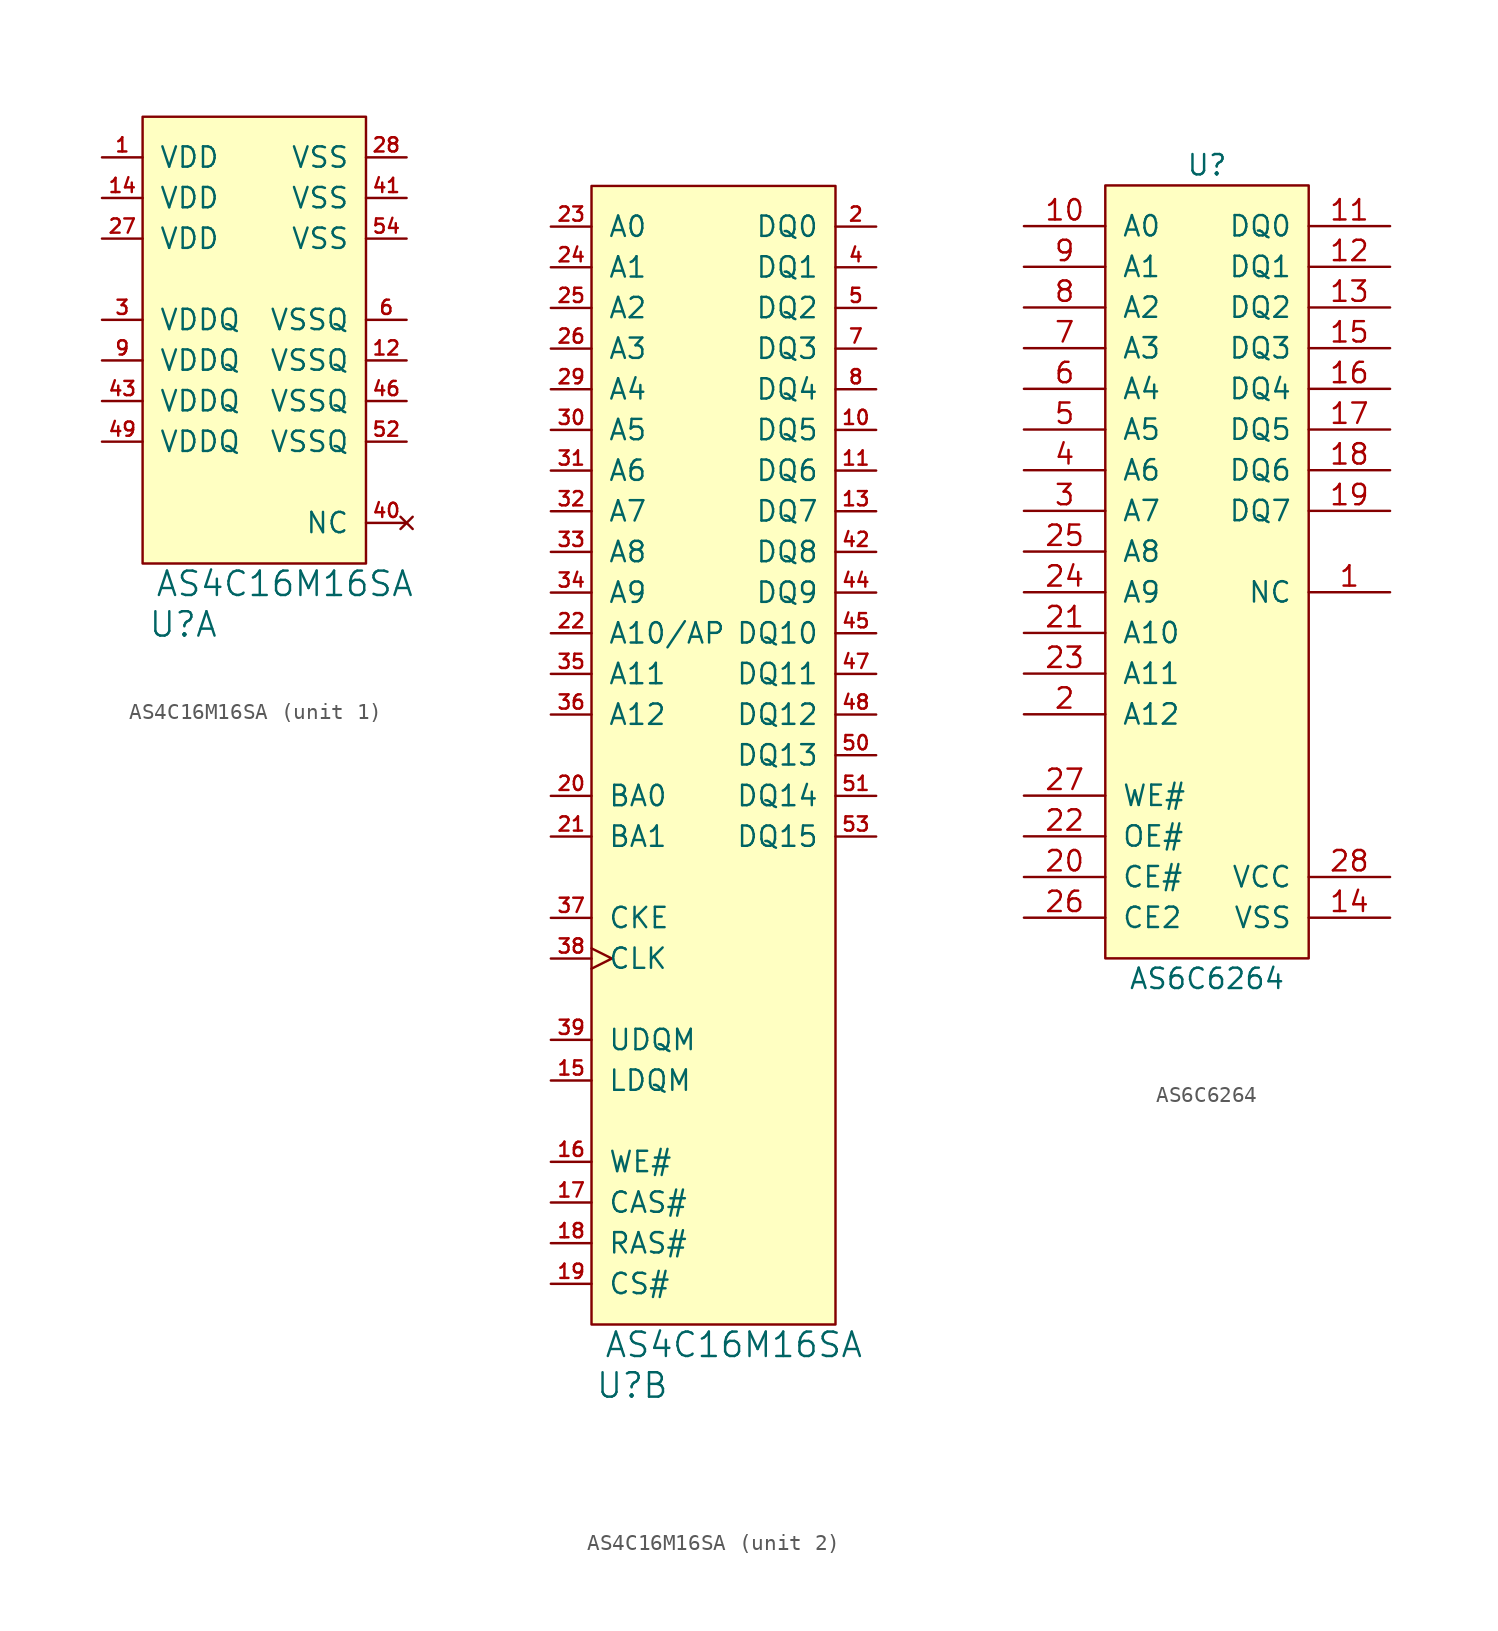
<source format=kicad_sym>
(kicad_symbol_lib
  (version 20211014)
  (generator kicad_symbol_editor)
  (symbol "AS4C16M16SA"
    (pin_names
      (offset 1.016))
    (property "Reference" "U"
      (at 2.54 -3.81 0)
      (effects (font (size 1.524 1.524))))
    (property "Value" "AS4C16M16SA"
      (at 8.89 -1.27 0)
      (effects (font (size 1.524 1.524))))
    (symbol "AS4C16M16SA_1_1"
      (rectangle (start 0 27.94) (end 13.97 0) (stroke (width 0) (type default) (color 0 0 0 0)) (fill (type background)))
      (pin power_in line (at -2.54 25.4 0) (length 2.54) (name "VDD" (effects (font (size 1.27 1.27)))) (number "1" (effects (font (size 0.889 0.889)))))
      (pin power_in line (at 16.51 12.7 180) (length 2.54) (name "VSSQ" (effects (font (size 1.27 1.27)))) (number "12" (effects (font (size 0.889 0.889)))))
      (pin power_in line (at -2.54 22.86 0) (length 2.54) (name "VDD" (effects (font (size 1.27 1.27)))) (number "14" (effects (font (size 0.889 0.889)))))
      (pin power_in line (at -2.54 20.32 0) (length 2.54) (name "VDD" (effects (font (size 1.27 1.27)))) (number "27" (effects (font (size 0.889 0.889)))))
      (pin power_in line (at 16.51 25.4 180) (length 2.54) (name "VSS" (effects (font (size 1.27 1.27)))) (number "28" (effects (font (size 0.889 0.889)))))
      (pin power_in line (at -2.54 15.24 0) (length 2.54) (name "VDDQ" (effects (font (size 1.27 1.27)))) (number "3" (effects (font (size 0.889 0.889)))))
      (pin no_connect line (at 16.51 2.54 180) (length 2.54) (name "NC" (effects (font (size 1.27 1.27)))) (number "40" (effects (font (size 0.889 0.889)))))
      (pin power_in line (at 16.51 22.86 180) (length 2.54) (name "VSS" (effects (font (size 1.27 1.27)))) (number "41" (effects (font (size 0.889 0.889)))))
      (pin power_in line (at -2.54 10.16 0) (length 2.54) (name "VDDQ" (effects (font (size 1.27 1.27)))) (number "43" (effects (font (size 0.889 0.889)))))
      (pin power_in line (at 16.51 10.16 180) (length 2.54) (name "VSSQ" (effects (font (size 1.27 1.27)))) (number "46" (effects (font (size 0.889 0.889)))))
      (pin power_in line (at -2.54 7.62 0) (length 2.54) (name "VDDQ" (effects (font (size 1.27 1.27)))) (number "49" (effects (font (size 0.889 0.889)))))
      (pin power_in line (at 16.51 7.62 180) (length 2.54) (name "VSSQ" (effects (font (size 1.27 1.27)))) (number "52" (effects (font (size 0.889 0.889)))))
      (pin power_in line (at 16.51 20.32 180) (length 2.54) (name "VSS" (effects (font (size 1.27 1.27)))) (number "54" (effects (font (size 0.889 0.889)))))
      (pin power_in line (at 16.51 15.24 180) (length 2.54) (name "VSSQ" (effects (font (size 1.27 1.27)))) (number "6" (effects (font (size 0.889 0.889)))))
      (pin power_in line (at -2.54 12.7 0) (length 2.54) (name "VDDQ" (effects (font (size 1.27 1.27)))) (number "9" (effects (font (size 0.889 0.889))))))
    (symbol "AS4C16M16SA_2_1"
      (rectangle (start 0 71.12) (end 15.24 0) (stroke (width 0) (type default) (color 0 0 0 0)) (fill (type background)))
      (pin bidirectional line (at 17.78 55.88 180) (length 2.54) (name "DQ5" (effects (font (size 1.27 1.27)))) (number "10" (effects (font (size 0.889 0.889)))))
      (pin bidirectional line (at 17.78 53.34 180) (length 2.54) (name "DQ6" (effects (font (size 1.27 1.27)))) (number "11" (effects (font (size 0.889 0.889)))))
      (pin bidirectional line (at 17.78 50.8 180) (length 2.54) (name "DQ7" (effects (font (size 1.27 1.27)))) (number "13" (effects (font (size 0.889 0.889)))))
      (pin input line (at -2.54 15.24 0) (length 2.54) (name "LDQM" (effects (font (size 1.27 1.27)))) (number "15" (effects (font (size 0.889 0.889)))))
      (pin input line (at -2.54 10.16 0) (length 2.54) (name "WE#" (effects (font (size 1.27 1.27)))) (number "16" (effects (font (size 0.889 0.889)))))
      (pin input line (at -2.54 7.62 0) (length 2.54) (name "CAS#" (effects (font (size 1.27 1.27)))) (number "17" (effects (font (size 0.889 0.889)))))
      (pin input line (at -2.54 5.08 0) (length 2.54) (name "RAS#" (effects (font (size 1.27 1.27)))) (number "18" (effects (font (size 0.889 0.889)))))
      (pin input line (at -2.54 2.54 0) (length 2.54) (name "CS#" (effects (font (size 1.27 1.27)))) (number "19" (effects (font (size 0.889 0.889)))))
      (pin bidirectional line (at 17.78 68.58 180) (length 2.54) (name "DQ0" (effects (font (size 1.27 1.27)))) (number "2" (effects (font (size 0.889 0.889)))))
      (pin input line (at -2.54 33.02 0) (length 2.54) (name "BA0" (effects (font (size 1.27 1.27)))) (number "20" (effects (font (size 0.889 0.889)))))
      (pin input line (at -2.54 30.48 0) (length 2.54) (name "BA1" (effects (font (size 1.27 1.27)))) (number "21" (effects (font (size 0.889 0.889)))))
      (pin input line (at -2.54 43.18 0) (length 2.54) (name "A10/AP" (effects (font (size 1.27 1.27)))) (number "22" (effects (font (size 0.889 0.889)))))
      (pin input line (at -2.54 68.58 0) (length 2.54) (name "A0" (effects (font (size 1.27 1.27)))) (number "23" (effects (font (size 0.889 0.889)))))
      (pin input line (at -2.54 66.04 0) (length 2.54) (name "A1" (effects (font (size 1.27 1.27)))) (number "24" (effects (font (size 0.889 0.889)))))
      (pin input line (at -2.54 63.5 0) (length 2.54) (name "A2" (effects (font (size 1.27 1.27)))) (number "25" (effects (font (size 0.889 0.889)))))
      (pin input line (at -2.54 60.96 0) (length 2.54) (name "A3" (effects (font (size 1.27 1.27)))) (number "26" (effects (font (size 0.889 0.889)))))
      (pin input line (at -2.54 58.42 0) (length 2.54) (name "A4" (effects (font (size 1.27 1.27)))) (number "29" (effects (font (size 0.889 0.889)))))
      (pin input line (at -2.54 55.88 0) (length 2.54) (name "A5" (effects (font (size 1.27 1.27)))) (number "30" (effects (font (size 0.889 0.889)))))
      (pin input line (at -2.54 53.34 0) (length 2.54) (name "A6" (effects (font (size 1.27 1.27)))) (number "31" (effects (font (size 0.889 0.889)))))
      (pin input line (at -2.54 50.8 0) (length 2.54) (name "A7" (effects (font (size 1.27 1.27)))) (number "32" (effects (font (size 0.889 0.889)))))
      (pin input line (at -2.54 48.26 0) (length 2.54) (name "A8" (effects (font (size 1.27 1.27)))) (number "33" (effects (font (size 0.889 0.889)))))
      (pin input line (at -2.54 45.72 0) (length 2.54) (name "A9" (effects (font (size 1.27 1.27)))) (number "34" (effects (font (size 0.889 0.889)))))
      (pin input line (at -2.54 40.64 0) (length 2.54) (name "A11" (effects (font (size 1.27 1.27)))) (number "35" (effects (font (size 0.889 0.889)))))
      (pin input line (at -2.54 38.1 0) (length 2.54) (name "A12" (effects (font (size 1.27 1.27)))) (number "36" (effects (font (size 0.889 0.889)))))
      (pin input line (at -2.54 25.4 0) (length 2.54) (name "CKE" (effects (font (size 1.27 1.27)))) (number "37" (effects (font (size 0.889 0.889)))))
      (pin input clock (at -2.54 22.86 0) (length 2.54) (name "CLK" (effects (font (size 1.27 1.27)))) (number "38" (effects (font (size 0.889 0.889)))))
      (pin input line (at -2.54 17.78 0) (length 2.54) (name "UDQM" (effects (font (size 1.27 1.27)))) (number "39" (effects (font (size 0.889 0.889)))))
      (pin bidirectional line (at 17.78 66.04 180) (length 2.54) (name "DQ1" (effects (font (size 1.27 1.27)))) (number "4" (effects (font (size 0.889 0.889)))))
      (pin bidirectional line (at 17.78 48.26 180) (length 2.54) (name "DQ8" (effects (font (size 1.27 1.27)))) (number "42" (effects (font (size 0.889 0.889)))))
      (pin bidirectional line (at 17.78 45.72 180) (length 2.54) (name "DQ9" (effects (font (size 1.27 1.27)))) (number "44" (effects (font (size 0.889 0.889)))))
      (pin bidirectional line (at 17.78 43.18 180) (length 2.54) (name "DQ10" (effects (font (size 1.27 1.27)))) (number "45" (effects (font (size 0.889 0.889)))))
      (pin bidirectional line (at 17.78 40.64 180) (length 2.54) (name "DQ11" (effects (font (size 1.27 1.27)))) (number "47" (effects (font (size 0.889 0.889)))))
      (pin bidirectional line (at 17.78 38.1 180) (length 2.54) (name "DQ12" (effects (font (size 1.27 1.27)))) (number "48" (effects (font (size 0.889 0.889)))))
      (pin bidirectional line (at 17.78 63.5 180) (length 2.54) (name "DQ2" (effects (font (size 1.27 1.27)))) (number "5" (effects (font (size 0.889 0.889)))))
      (pin input line (at 17.78 35.56 180) (length 2.54) (name "DQ13" (effects (font (size 1.27 1.27)))) (number "50" (effects (font (size 0.889 0.889)))))
      (pin input line (at 17.78 33.02 180) (length 2.54) (name "DQ14" (effects (font (size 1.27 1.27)))) (number "51" (effects (font (size 0.889 0.889)))))
      (pin input line (at 17.78 30.48 180) (length 2.54) (name "DQ15" (effects (font (size 1.27 1.27)))) (number "53" (effects (font (size 0.889 0.889)))))
      (pin bidirectional line (at 17.78 60.96 180) (length 2.54) (name "DQ3" (effects (font (size 1.27 1.27)))) (number "7" (effects (font (size 0.889 0.889)))))
      (pin bidirectional line (at 17.78 58.42 180) (length 2.54) (name "DQ4" (effects (font (size 1.27 1.27)))) (number "8" (effects (font (size 0.889 0.889)))))))
  (symbol "AS6C6264"
    (pin_names
      (offset 1.016))
    (property "Reference" "U"
      (at 6.35 49.53 0)
      (effects (font (size 1.27 1.27))))
    (property "Value" "AS6C6264"
      (at 6.35 -1.27 0)
      (effects (font (size 1.27 1.27))))
    (symbol "AS6C6264_0_1"
      (rectangle (start 0 0) (end 12.7 48.26) (stroke (width 0) (type default) (color 0 0 0 0)) (fill (type background))))
    (symbol "AS6C6264_1_1"
      (pin input line (at 17.78 22.86 180) (length 5.08) (name "NC" (effects (font (size 1.27 1.27)))) (number "1" (effects (font (size 1.27 1.27)))))
      (pin input line (at -5.08 45.72 0) (length 5.08) (name "A0" (effects (font (size 1.27 1.27)))) (number "10" (effects (font (size 1.27 1.27)))))
      (pin bidirectional line (at 17.78 45.72 180) (length 5.08) (name "DQ0" (effects (font (size 1.27 1.27)))) (number "11" (effects (font (size 1.27 1.27)))))
      (pin bidirectional line (at 17.78 43.18 180) (length 5.08) (name "DQ1" (effects (font (size 1.27 1.27)))) (number "12" (effects (font (size 1.27 1.27)))))
      (pin bidirectional line (at 17.78 40.64 180) (length 5.08) (name "DQ2" (effects (font (size 1.27 1.27)))) (number "13" (effects (font (size 1.27 1.27)))))
      (pin power_in line (at 17.78 2.54 180) (length 5.08) (name "VSS" (effects (font (size 1.27 1.27)))) (number "14" (effects (font (size 1.27 1.27)))))
      (pin bidirectional line (at 17.78 38.1 180) (length 5.08) (name "DQ3" (effects (font (size 1.27 1.27)))) (number "15" (effects (font (size 1.27 1.27)))))
      (pin bidirectional line (at 17.78 35.56 180) (length 5.08) (name "DQ4" (effects (font (size 1.27 1.27)))) (number "16" (effects (font (size 1.27 1.27)))))
      (pin bidirectional line (at 17.78 33.02 180) (length 5.08) (name "DQ5" (effects (font (size 1.27 1.27)))) (number "17" (effects (font (size 1.27 1.27)))))
      (pin bidirectional line (at 17.78 30.48 180) (length 5.08) (name "DQ6" (effects (font (size 1.27 1.27)))) (number "18" (effects (font (size 1.27 1.27)))))
      (pin bidirectional line (at 17.78 27.94 180) (length 5.08) (name "DQ7" (effects (font (size 1.27 1.27)))) (number "19" (effects (font (size 1.27 1.27)))))
      (pin input line (at -5.08 15.24 0) (length 5.08) (name "A12" (effects (font (size 1.27 1.27)))) (number "2" (effects (font (size 1.27 1.27)))))
      (pin input line (at -5.08 5.08 0) (length 5.08) (name "CE#" (effects (font (size 1.27 1.27)))) (number "20" (effects (font (size 1.27 1.27)))))
      (pin input line (at -5.08 20.32 0) (length 5.08) (name "A10" (effects (font (size 1.27 1.27)))) (number "21" (effects (font (size 1.27 1.27)))))
      (pin input line (at -5.08 7.62 0) (length 5.08) (name "OE#" (effects (font (size 1.27 1.27)))) (number "22" (effects (font (size 1.27 1.27)))))
      (pin input line (at -5.08 17.78 0) (length 5.08) (name "A11" (effects (font (size 1.27 1.27)))) (number "23" (effects (font (size 1.27 1.27)))))
      (pin input line (at -5.08 22.86 0) (length 5.08) (name "A9" (effects (font (size 1.27 1.27)))) (number "24" (effects (font (size 1.27 1.27)))))
      (pin input line (at -5.08 25.4 0) (length 5.08) (name "A8" (effects (font (size 1.27 1.27)))) (number "25" (effects (font (size 1.27 1.27)))))
      (pin input line (at -5.08 2.54 0) (length 5.08) (name "CE2" (effects (font (size 1.27 1.27)))) (number "26" (effects (font (size 1.27 1.27)))))
      (pin input line (at -5.08 10.16 0) (length 5.08) (name "WE#" (effects (font (size 1.27 1.27)))) (number "27" (effects (font (size 1.27 1.27)))))
      (pin power_in line (at 17.78 5.08 180) (length 5.08) (name "VCC" (effects (font (size 1.27 1.27)))) (number "28" (effects (font (size 1.27 1.27)))))
      (pin input line (at -5.08 27.94 0) (length 5.08) (name "A7" (effects (font (size 1.27 1.27)))) (number "3" (effects (font (size 1.27 1.27)))))
      (pin input line (at -5.08 30.48 0) (length 5.08) (name "A6" (effects (font (size 1.27 1.27)))) (number "4" (effects (font (size 1.27 1.27)))))
      (pin input line (at -5.08 33.02 0) (length 5.08) (name "A5" (effects (font (size 1.27 1.27)))) (number "5" (effects (font (size 1.27 1.27)))))
      (pin input line (at -5.08 35.56 0) (length 5.08) (name "A4" (effects (font (size 1.27 1.27)))) (number "6" (effects (font (size 1.27 1.27)))))
      (pin input line (at -5.08 38.1 0) (length 5.08) (name "A3" (effects (font (size 1.27 1.27)))) (number "7" (effects (font (size 1.27 1.27)))))
      (pin input line (at -5.08 40.64 0) (length 5.08) (name "A2" (effects (font (size 1.27 1.27)))) (number "8" (effects (font (size 1.27 1.27)))))
      (pin input line (at -5.08 43.18 0) (length 5.08) (name "A1" (effects (font (size 1.27 1.27)))) (number "9" (effects (font (size 1.27 1.27))))))))
</source>
